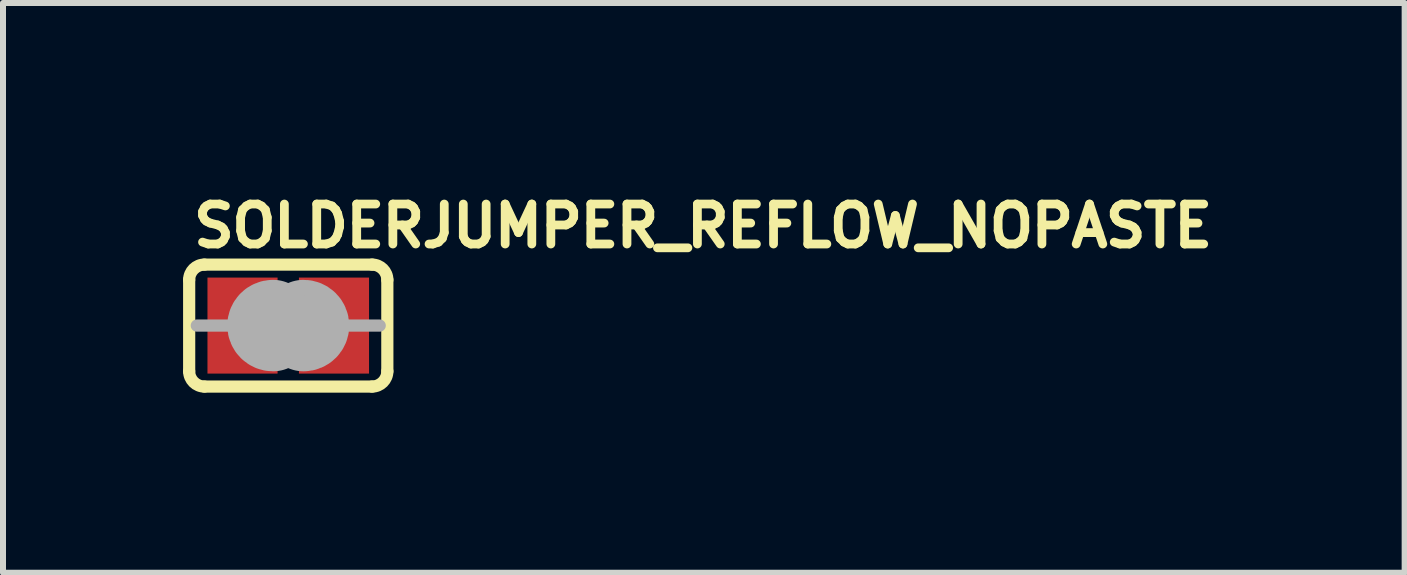
<source format=kicad_pcb>
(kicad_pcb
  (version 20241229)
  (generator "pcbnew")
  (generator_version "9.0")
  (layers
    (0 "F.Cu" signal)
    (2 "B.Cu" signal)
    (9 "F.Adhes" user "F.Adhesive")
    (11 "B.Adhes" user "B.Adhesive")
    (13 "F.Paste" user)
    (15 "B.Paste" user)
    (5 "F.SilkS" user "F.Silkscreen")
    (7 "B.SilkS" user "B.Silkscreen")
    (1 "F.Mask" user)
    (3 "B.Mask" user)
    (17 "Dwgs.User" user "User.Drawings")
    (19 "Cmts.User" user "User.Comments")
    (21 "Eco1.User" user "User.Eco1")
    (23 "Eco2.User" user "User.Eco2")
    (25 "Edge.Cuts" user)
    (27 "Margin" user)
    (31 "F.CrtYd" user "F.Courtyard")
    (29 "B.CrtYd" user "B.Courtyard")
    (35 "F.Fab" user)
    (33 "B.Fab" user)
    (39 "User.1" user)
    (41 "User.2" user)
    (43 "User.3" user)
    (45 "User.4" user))
  (footprint "SOLDERJUMPER_REFLOW_NOPASTE"
    (layer "F.Cu")
    (at 1.753 2.375)
    (property "Reference" "SOLDERJUMPER_REFLOW_NOPASTE" (at -1.651 -1.27 0) (layer "F.SilkS") (effects (font (size 0.666 0.666) (thickness 0.146)) (justify left bottom)))
    (fp_poly (pts (xy -0.076 0.914) (xy 0.076 0.914) (xy 0.076 -0.914) (xy -0.076 -0.914)) (stroke (width 0) (type default)) (fill yes) (layer "F.Mask"))
    (fp_line (start -1.651 0.762) (end -1.651 -0.762) (stroke (width 0.203) (type solid)) (layer "F.SilkS"))
    (fp_line (start -1.397 -1.016) (end 1.397 -1.016) (stroke (width 0.203) (type solid)) (layer "F.SilkS"))
    (fp_line (start 1.397 1.016) (end -1.397 1.016) (stroke (width 0.203) (type solid)) (layer "F.SilkS"))
    (fp_line (start 1.651 0.762) (end 1.651 -0.762) (stroke (width 0.203) (type solid)) (layer "F.SilkS"))
    (fp_arc (start -1.651 -0.762) (mid -1.576605 -0.941605) (end -1.397 -1.016) (stroke (width 0.2032) (type solid)) (layer "F.SilkS"))
    (fp_arc (start -1.397 1.016) (mid -1.576605 0.941605) (end -1.651 0.762) (stroke (width 0.2032) (type solid)) (layer "F.SilkS"))
    (fp_arc (start 1.397 -1.016) (mid 1.576605 -0.941605) (end 1.651 -0.762) (stroke (width 0.2032) (type solid)) (layer "F.SilkS"))
    (fp_arc (start 1.651 0.762) (mid 1.576605 0.941605) (end 1.397 1.016) (stroke (width 0.2032) (type solid)) (layer "F.SilkS"))
    (fp_line (start -1.016 0) (end -1.524 0) (stroke (width 0.203) (type solid)) (layer "F.Fab"))
    (fp_line (start 1.016 0) (end 1.524 0) (stroke (width 0.203) (type solid)) (layer "F.Fab"))
    (fp_arc (start -0.254 0.127) (mid -0.381 0) (end -0.254 -0.127) (stroke (width 1.27) (type solid)) (layer "F.Fab"))
    (fp_arc (start 0.254 -0.127) (mid 0.381 0) (end 0.254 0.127) (stroke (width 1.27) (type solid)) (layer "F.Fab"))
    (pad "1" smd rect (at -0.762 0) (size 1.168 1.6) (layers "F.Cu" "F.Mask"))
    (pad "2" smd rect (at 0.762 0) (size 1.168 1.6) (layers "F.Cu" "F.Mask")))
  (gr_rect
    (start -3 -3)
    (end 20.355 6.493)
    (stroke (width 0.1) (type default))
    (fill no)
    (layer "Edge.Cuts")))
</source>
